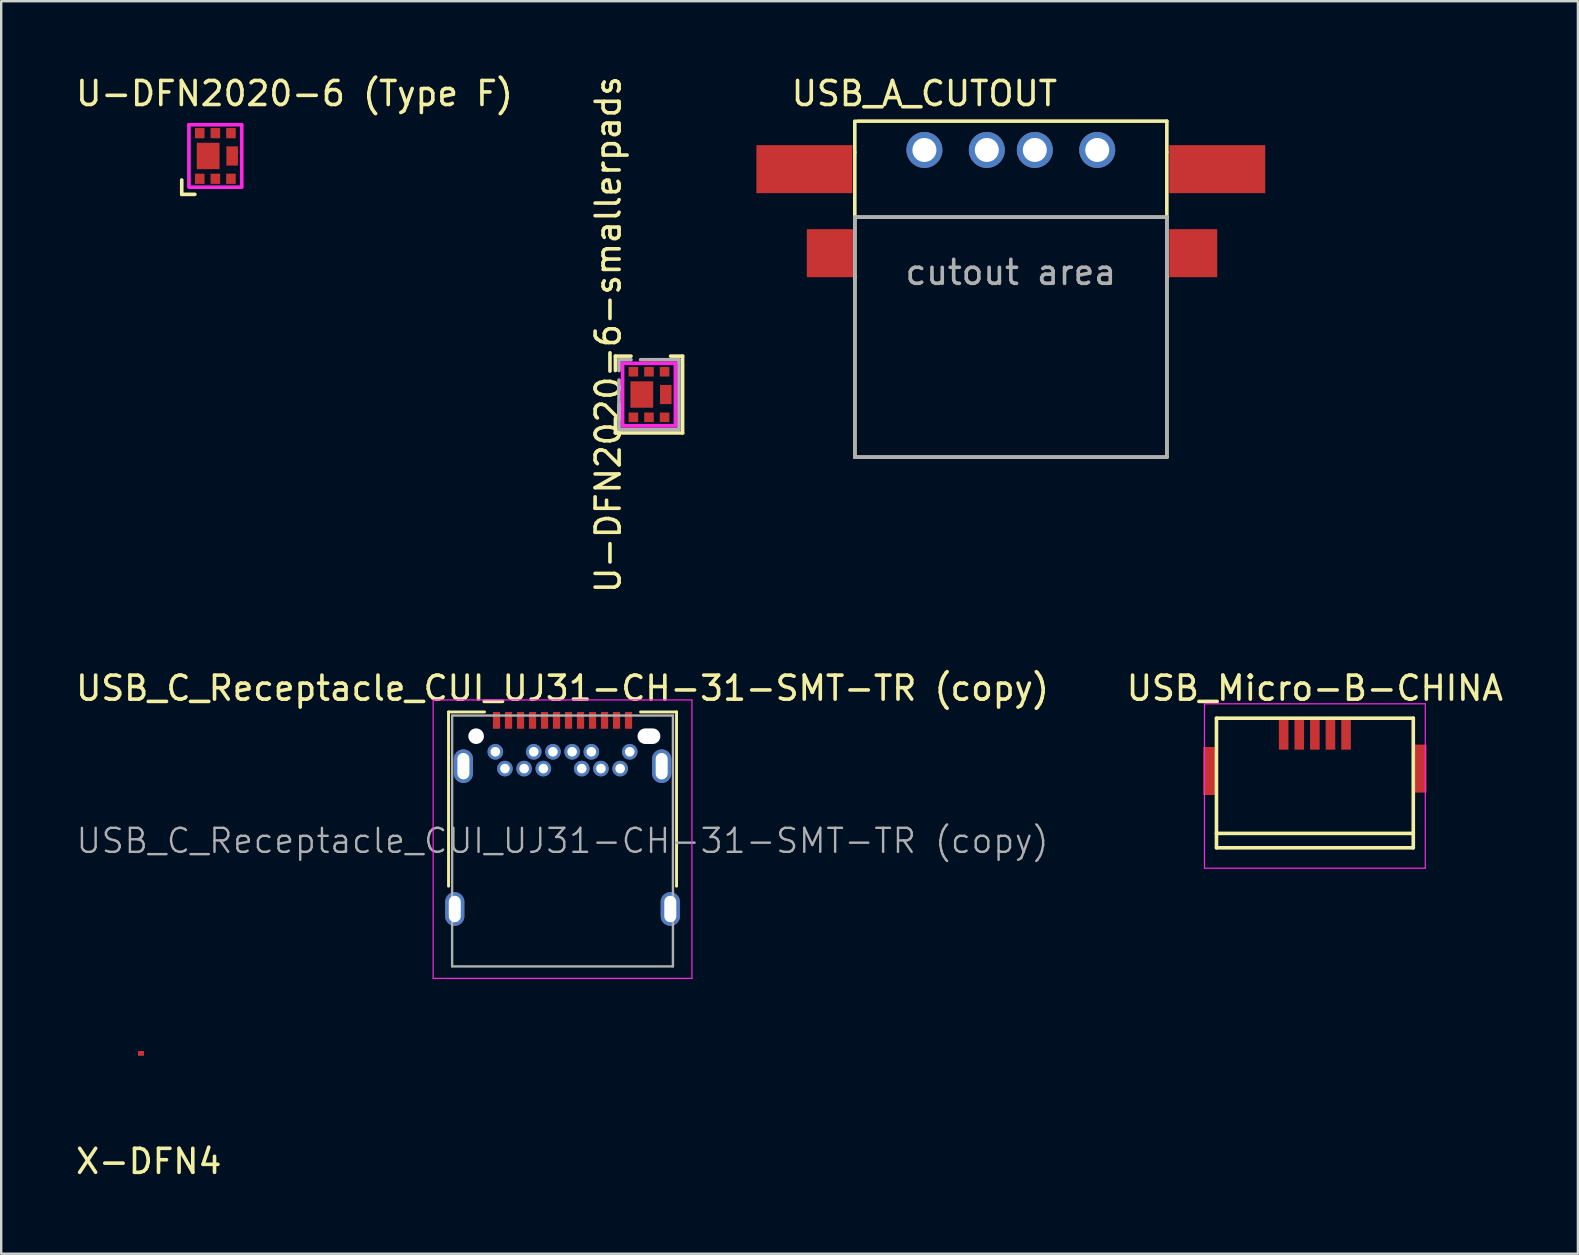
<source format=kicad_pcb>
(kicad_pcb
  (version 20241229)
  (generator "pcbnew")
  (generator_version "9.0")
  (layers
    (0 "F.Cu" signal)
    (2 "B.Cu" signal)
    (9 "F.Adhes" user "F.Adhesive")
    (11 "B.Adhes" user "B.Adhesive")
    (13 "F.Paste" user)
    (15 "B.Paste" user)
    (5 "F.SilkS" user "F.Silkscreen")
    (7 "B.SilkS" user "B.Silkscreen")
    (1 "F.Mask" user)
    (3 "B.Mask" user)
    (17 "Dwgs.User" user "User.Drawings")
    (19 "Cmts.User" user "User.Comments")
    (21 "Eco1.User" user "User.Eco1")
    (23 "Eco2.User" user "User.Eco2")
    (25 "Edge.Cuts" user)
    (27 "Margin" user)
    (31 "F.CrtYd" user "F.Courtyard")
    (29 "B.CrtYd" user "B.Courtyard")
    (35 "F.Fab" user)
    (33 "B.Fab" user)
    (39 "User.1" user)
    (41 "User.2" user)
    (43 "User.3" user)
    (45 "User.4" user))
  (footprint "USB_Micro-B-CHINA"
    (layer "F.Cu")
    (at 51.732 29.072)
    (property "Reference" "USB_Micro-B-CHINA" (at 0 -3.45 0) (layer "F.SilkS") (effects (font (size 1 1) (thickness 0.15))))
    (attr smd)
    (fp_line (start -4.1 3.2) (end -4.1 -2.2) (stroke (width 0.15) (type solid)) (layer "F.SilkS"))
    (fp_line (start -4.1 3.2) (end 4.1 3.2) (stroke (width 0.15) (type solid)) (layer "F.SilkS"))
    (fp_line (start 4.1 -2.2) (end -4.1 -2.2) (stroke (width 0.15) (type solid)) (layer "F.SilkS"))
    (fp_line (start 4.1 -2.2) (end 4.1 3.2) (stroke (width 0.15) (type solid)) (layer "F.SilkS"))
    (fp_line (start 4.1 2.6) (end -4.1 2.6) (stroke (width 0.15) (type solid)) (layer "F.SilkS"))
    (fp_line (start -4.6 -2.8) (end 4.6 -2.8) (stroke (width 0.05) (type solid)) (layer "F.CrtYd"))
    (fp_line (start -4.6 4.05) (end -4.6 -2.8) (stroke (width 0.05) (type solid)) (layer "F.CrtYd"))
    (fp_line (start 4.6 -2.8) (end 4.6 4.05) (stroke (width 0.05) (type solid)) (layer "F.CrtYd"))
    (fp_line (start 4.6 4.05) (end -4.6 4.05) (stroke (width 0.05) (type solid)) (layer "F.CrtYd"))
    (pad "1" smd rect (at -1.301 -1.563 90) (size 1.35 0.4) (layers "F.Cu" "F.Mask" "F.Paste"))
    (pad "2" smd rect (at -0.651 -1.563 90) (size 1.35 0.4) (layers "F.Cu" "F.Mask" "F.Paste"))
    (pad "3" smd rect (at -0.001 -1.563 90) (size 1.35 0.4) (layers "F.Cu" "F.Mask" "F.Paste"))
    (pad "4" smd rect (at 0.649 -1.563 90) (size 1.35 0.4) (layers "F.Cu" "F.Mask" "F.Paste"))
    (pad "5" smd rect (at 1.299 -1.563 90) (size 1.35 0.4) (layers "F.Cu" "F.Mask" "F.Paste"))
    (pad "6" smd rect (at -4.4 0) (size 0.5 2) (layers "F.Cu" "F.Mask" "F.Paste"))
    (pad "6" smd rect (at 4.4 -0.1) (size 0.5 2) (layers "F.Cu" "F.Mask" "F.Paste")))
  (footprint "USB_A_CUTOUT"
    (layer "F.Cu")
    (at 35.464 3.198)
    (property "Reference" "USB_A_CUTOUT" (at 0 -2.35 0) (layer "F.SilkS") (effects (font (size 1 1) (thickness 0.15))))
    (attr through_hole)
    (fp_line (start -2.9 -1.2) (end -2.9 0.1) (stroke (width 0.15) (type solid)) (layer "F.SilkS"))
    (fp_line (start -2.9 0.1) (end -2.9 2.8) (stroke (width 0.15) (type solid)) (layer "F.SilkS"))
    (fp_line (start -2.9 5.3) (end -2.9 2.8) (stroke (width 0.15) (type solid)) (layer "F.SilkS"))
    (fp_line (start -2.9 5.3) (end -2.9 12.8) (stroke (width 0.15) (type solid)) (layer "F.SilkS"))
    (fp_line (start -2.8 2.8) (end 10.1 2.8) (stroke (width 0.15) (type solid)) (layer "F.SilkS"))
    (fp_line (start 10.1 -1.2) (end -2.8 -1.2) (stroke (width 0.15) (type solid)) (layer "F.SilkS"))
    (fp_line (start 10.1 0.1) (end 10.1 -1.2) (stroke (width 0.15) (type solid)) (layer "F.SilkS"))
    (fp_line (start 10.1 0.1) (end 10.1 2.8) (stroke (width 0.15) (type solid)) (layer "F.SilkS"))
    (fp_line (start 10.1 2.8) (end 10.1 5.3) (stroke (width 0.15) (type solid)) (layer "F.SilkS"))
    (fp_line (start 10.1 5.3) (end 10.1 12.8) (stroke (width 0.15) (type solid)) (layer "F.SilkS"))
    (fp_line (start 10.1 12.8) (end -2.9 12.8) (stroke (width 0.15) (type solid)) (layer "F.SilkS"))
    (fp_line (start -2.9 2.8) (end 10.1 2.8) (stroke (width 0.15) (type solid)) (layer "F.Fab"))
    (fp_line (start -2.9 12.8) (end -2.9 2.8) (stroke (width 0.15) (type solid)) (layer "F.Fab"))
    (fp_line (start 10.1 2.8) (end 10.1 12.8) (stroke (width 0.15) (type solid)) (layer "F.Fab"))
    (fp_line (start 10.1 12.8) (end -2.9 12.8) (stroke (width 0.15) (type solid)) (layer "F.Fab"))
    (fp_text user "cutout area" (at 3.6 5.1 0) (layer "F.Fab") (effects (font (size 1 1) (thickness 0.15))))
    (pad "1" thru_hole circle (at 0 0 270) (size 1.5 1.5) (drill 1) (layers "*.Cu" "*.Mask"))
    (pad "2" thru_hole circle (at 2.6 0 270) (size 1.5 1.5) (drill 1) (layers "*.Cu" "*.Mask"))
    (pad "3" thru_hole circle (at 4.6 0 270) (size 1.5 1.5) (drill 1) (layers "*.Cu" "*.Mask"))
    (pad "4" thru_hole circle (at 7.2 0 270) (size 1.5 1.5) (drill 1) (layers "*.Cu" "*.Mask"))
    (pad "5" smd rect (at -5 0.8) (size 4 2) (layers "F.Cu" "F.Mask" "F.Paste"))
    (pad "5" smd rect (at -3.9 4.3) (size 2 2) (layers "F.Cu" "F.Mask" "F.Paste"))
    (pad "5" smd rect (at 11.2 4.3) (size 2 2) (layers "F.Cu" "F.Mask" "F.Paste"))
    (pad "5" smd rect (at 12.2 0.8) (size 4 2) (layers "F.Cu" "F.Mask" "F.Paste")))
  (footprint "X-DFN4"
    (layer "F.Cu")
    (at 3.149 41.337)
    (property "Reference" "X-DFN4" (at 0 4 0) (layer "F.SilkS") (effects (font (size 1 1) (thickness 0.15))))
    (attr through_hole)
    (pad "1" smd custom (at -0.325 -0.5) (size 0.25 0.2) (layers "F.Cu" "F.Mask" "F.Paste") (options (anchor rect)) (primitives)))
  (footprint "U-DFN2020-6-smallerpads"
    (layer "F.Cu")
    (at 23.989 13.387)
    (property "Reference" "U-DFN2020-6-smallerpads" (at -1.7 -2.5 90) (layer "F.SilkS") (effects (font (size 1 1) (thickness 0.15))))
    (attr through_hole)
    (fp_line (start -1.4 -1.6) (end -1.4 -1) (stroke (width 0.15) (type solid)) (layer "F.SilkS"))
    (fp_line (start -1.4 1) (end -1.4 1.6) (stroke (width 0.15) (type solid)) (layer "F.SilkS"))
    (fp_line (start -1.4 1.6) (end 1.4 1.6) (stroke (width 0.15) (type solid)) (layer "F.SilkS"))
    (fp_line (start -0.75 -1.6) (end -1.4 -1.6) (stroke (width 0.15) (type solid)) (layer "F.SilkS"))
    (fp_line (start 1.4 -1.6) (end 0.9 -1.6) (stroke (width 0.15) (type solid)) (layer "F.SilkS"))
    (fp_line (start 1.4 1.6) (end 1.4 -1.6) (stroke (width 0.15) (type solid)) (layer "F.SilkS"))
    (fp_line (start -1.1 -1.3) (end 1.1 -1.3) (stroke (width 0.15) (type solid)) (layer "F.CrtYd"))
    (fp_line (start -1.1 1.25) (end -1.1 -1.3) (stroke (width 0.15) (type solid)) (layer "F.CrtYd"))
    (fp_line (start -1.1 1.3) (end 1.1 1.3) (stroke (width 0.15) (type solid)) (layer "F.CrtYd"))
    (fp_line (start 1.1 -1.3) (end 1.1 1.25) (stroke (width 0.15) (type solid)) (layer "F.CrtYd"))
    (fp_line (start -1.25 -1.45) (end -1.25 -1) (stroke (width 0.15) (type solid)) (layer "F.Fab"))
    (fp_line (start -1.25 -0.6) (end -1.25 1.45) (stroke (width 0.15) (type solid)) (layer "F.Fab"))
    (fp_line (start -1.25 1.45) (end 1.25 1.45) (stroke (width 0.15) (type solid)) (layer "F.Fab"))
    (fp_line (start -0.75 -1.45) (end -1.25 -1.45) (stroke (width 0.15) (type solid)) (layer "F.Fab"))
    (fp_line (start 1.25 -1.45) (end -0.35 -1.45) (stroke (width 0.15) (type solid)) (layer "F.Fab"))
    (fp_line (start 1.25 1.45) (end 1.25 -1.45) (stroke (width 0.15) (type solid)) (layer "F.Fab"))
    (pad "1" smd rect (at -0.65 -0.95) (size 0.4 0.4) (layers "F.Cu" "F.Mask" "F.Paste"))
    (pad "1" smd rect (at -0.65 0.95) (size 0.4 0.4) (layers "F.Cu" "F.Mask" "F.Paste"))
    (pad "1" smd rect (at -0.3 0) (size 0.95 1.1) (layers "F.Cu" "F.Mask" "F.Paste"))
    (pad "1" smd rect (at 0 -0.95) (size 0.4 0.4) (layers "F.Cu" "F.Mask" "F.Paste"))
    (pad "1" smd rect (at 0 0.95) (size 0.4 0.4) (layers "F.Cu" "F.Mask" "F.Paste"))
    (pad "2" smd rect (at 0.65 -0.95) (size 0.4 0.4) (layers "F.Cu" "F.Mask" "F.Paste"))
    (pad "2" smd rect (at 0.7 0) (size 0.48 0.8) (layers "F.Cu" "F.Mask" "F.Paste"))
    (pad "3" smd rect (at 0.65 0.95) (size 0.4 0.4) (layers "F.Cu" "F.Mask" "F.Paste")))
  (footprint "U-DFN2020-6 (Type F)"
    (layer "F.Cu")
    (at 5.97 3.498)
    (property "Reference" "U-DFN2020-6 (Type F)" (at 3.25 -2.65 0) (layer "F.SilkS") (effects (font (size 1 1) (thickness 0.15))))
    (attr through_hole)
    (fp_line (start -1.448 0.95) (end -1.448 1.55) (stroke (width 0.15) (type solid)) (layer "F.SilkS"))
    (fp_line (start -1.448 1.55) (end -0.9 1.55) (stroke (width 0.15) (type solid)) (layer "F.SilkS"))
    (fp_line (start -1.148 -1.35) (end 1.052 -1.35) (stroke (width 0.15) (type solid)) (layer "F.CrtYd"))
    (fp_line (start -1.148 1.2) (end -1.148 -1.35) (stroke (width 0.15) (type solid)) (layer "F.CrtYd"))
    (fp_line (start -1.148 1.25) (end 1.052 1.25) (stroke (width 0.15) (type solid)) (layer "F.CrtYd"))
    (fp_line (start 1.052 -1.35) (end 1.052 1.2) (stroke (width 0.15) (type solid)) (layer "F.CrtYd"))
    (pad "1" smd rect (at -0.698 -1) (size 0.4 0.425) (layers "F.Cu" "F.Mask" "F.Paste"))
    (pad "1" smd rect (at -0.698 0.9) (size 0.4 0.425) (layers "F.Cu" "F.Mask" "F.Paste"))
    (pad "1" smd rect (at -0.348 -0.05) (size 0.95 1.1) (layers "F.Cu" "F.Mask" "F.Paste"))
    (pad "1" smd rect (at -0.048 -1) (size 0.4 0.425) (layers "F.Cu" "F.Mask" "F.Paste"))
    (pad "1" smd rect (at -0.048 0.9) (size 0.4 0.425) (layers "F.Cu" "F.Mask" "F.Paste"))
    (pad "2" smd rect (at 0.602 -1) (size 0.4 0.425) (layers "F.Cu" "F.Mask" "F.Paste"))
    (pad "2" smd rect (at 0.652 -0.05) (size 0.48 0.8) (layers "F.Cu" "F.Mask" "F.Paste"))
    (pad "3" smd rect (at 0.602 0.9) (size 0.4 0.425) (layers "F.Cu" "F.Mask" "F.Paste")))
  (footprint "USB_C_Receptacle_CUI_UJ31-CH-31-SMT-TR (copy)"
    (layer "F.Cu")
    (at 20.387 31.982)
    (property "Reference" "USB_C_Receptacle_CUI_UJ31-CH-31-SMT-TR (copy)" (at 0 -6.36 0) (layer "F.SilkS") (effects (font (size 1 1) (thickness 0.15))))
    (attr smd)
    (fp_line (start -4.75 -5.37) (end -4.75 1.89) (stroke (width 0.12) (type solid)) (layer "F.SilkS"))
    (fp_line (start -4.75 -5.37) (end -3.25 -5.37) (stroke (width 0.12) (type solid)) (layer "F.SilkS"))
    (fp_line (start 3.25 -5.37) (end 4.75 -5.37) (stroke (width 0.12) (type solid)) (layer "F.SilkS"))
    (fp_line (start 4.75 -5.37) (end 4.75 1.89) (stroke (width 0.12) (type solid)) (layer "F.SilkS"))
    (fp_line (start -5.39 -5.87) (end 5.39 -5.87) (stroke (width 0.05) (type solid)) (layer "F.CrtYd"))
    (fp_line (start -5.39 5.73) (end -5.39 -5.87) (stroke (width 0.05) (type solid)) (layer "F.CrtYd"))
    (fp_line (start 5.39 -5.87) (end 5.39 5.73) (stroke (width 0.05) (type solid)) (layer "F.CrtYd"))
    (fp_line (start 5.39 5.73) (end -5.39 5.73) (stroke (width 0.05) (type solid)) (layer "F.CrtYd"))
    (fp_line (start -4.6 -5.22) (end 4.6 -5.22) (stroke (width 0.1) (type solid)) (layer "F.Fab"))
    (fp_line (start -4.6 5.23) (end -4.6 -5.22) (stroke (width 0.1) (type solid)) (layer "F.Fab"))
    (fp_line (start -4.6 5.23) (end 4.6 5.23) (stroke (width 0.1) (type solid)) (layer "F.Fab"))
    (fp_line (start 4.6 5.23) (end 4.6 -5.22) (stroke (width 0.1) (type solid)) (layer "F.Fab"))
    (fp_text user "${REFERENCE}" (at 0 0 0) (layer "F.Fab") (effects (font (size 1 1) (thickness 0.1))))
    (pad "" np_thru_hole circle (at -3.6 -4.36) (size 0.65 0.65) (drill 0.65) (layers "*.Cu" "*.Mask"))
    (pad "" np_thru_hole oval (at 3.6 -4.36) (size 0.95 0.65) (drill oval 0.95 0.65) (layers "*.Cu" "*.Mask"))
    (pad "A1" smd rect (at -2.75 -5.02) (size 0.3 0.7) (layers "F.Cu" "F.Mask" "F.Paste"))
    (pad "A2" smd rect (at -2.25 -5.02) (size 0.3 0.7) (layers "F.Cu" "F.Mask" "F.Paste"))
    (pad "A3" smd rect (at -1.75 -5.02) (size 0.3 0.7) (layers "F.Cu" "F.Mask" "F.Paste"))
    (pad "A4" smd rect (at -1.25 -5.02) (size 0.3 0.7) (layers "F.Cu" "F.Mask" "F.Paste"))
    (pad "A5" smd rect (at -0.75 -5.02) (size 0.3 0.7) (layers "F.Cu" "F.Mask" "F.Paste"))
    (pad "A6" smd rect (at -0.25 -5.02) (size 0.3 0.7) (layers "F.Cu" "F.Mask" "F.Paste"))
    (pad "A7" smd rect (at 0.25 -5.02) (size 0.3 0.7) (layers "F.Cu" "F.Mask" "F.Paste"))
    (pad "A8" smd rect (at 0.75 -5.02) (size 0.3 0.7) (layers "F.Cu" "F.Mask" "F.Paste"))
    (pad "A9" smd rect (at 1.25 -5.02) (size 0.3 0.7) (layers "F.Cu" "F.Mask" "F.Paste"))
    (pad "A10" smd rect (at 1.75 -5.02) (size 0.3 0.7) (layers "F.Cu" "F.Mask" "F.Paste"))
    (pad "A11" smd rect (at 2.25 -5.02) (size 0.3 0.7) (layers "F.Cu" "F.Mask" "F.Paste"))
    (pad "A12" smd rect (at 2.75 -5.02) (size 0.3 0.7) (layers "F.Cu" "F.Mask" "F.Paste"))
    (pad "B1" thru_hole circle (at 2.8 -3.71) (size 0.65 0.65) (drill 0.4) (layers "*.Cu" "*.Mask"))
    (pad "B2" thru_hole circle (at 2.4 -3.01) (size 0.65 0.65) (drill 0.4) (layers "*.Cu" "*.Mask"))
    (pad "B3" thru_hole circle (at 1.6 -3.01) (size 0.65 0.65) (drill 0.4) (layers "*.Cu" "*.Mask"))
    (pad "B4" thru_hole circle (at 1.2 -3.71) (size 0.65 0.65) (drill 0.4) (layers "*.Cu" "*.Mask"))
    (pad "B5" thru_hole circle (at 0.8 -3.01) (size 0.65 0.65) (drill 0.4) (layers "*.Cu" "*.Mask"))
    (pad "B6" thru_hole circle (at 0.4 -3.71) (size 0.65 0.65) (drill 0.4) (layers "*.Cu" "*.Mask"))
    (pad "B7" thru_hole circle (at -0.4 -3.71) (size 0.65 0.65) (drill 0.4) (layers "*.Cu" "*.Mask"))
    (pad "B8" thru_hole circle (at -0.8 -3.01) (size 0.65 0.65) (drill 0.4) (layers "*.Cu" "*.Mask"))
    (pad "B9" thru_hole circle (at -1.2 -3.71) (size 0.65 0.65) (drill 0.4) (layers "*.Cu" "*.Mask"))
    (pad "B10" thru_hole circle (at -1.6 -3.01) (size 0.65 0.65) (drill 0.4) (layers "*.Cu" "*.Mask"))
    (pad "B11" thru_hole circle (at -2.4 -3.01) (size 0.65 0.65) (drill 0.4) (layers "*.Cu" "*.Mask"))
    (pad "B12" thru_hole circle (at -2.8 -3.71) (size 0.65 0.65) (drill 0.4) (layers "*.Cu" "*.Mask"))
    (pad "S1" thru_hole oval (at -4.49 2.84) (size 0.8 1.4) (drill oval 0.5 1.1) (layers "*.Cu" "*.Mask"))
    (pad "S1" thru_hole oval (at -4.13 -3.11) (size 0.8 1.4) (drill oval 0.5 1.1) (layers "*.Cu" "*.Mask"))
    (pad "S1" thru_hole oval (at 4.13 -3.11) (size 0.8 1.4) (drill oval 0.5 1.1) (layers "*.Cu" "*.Mask"))
    (pad "S1" thru_hole oval (at 4.49 2.84) (size 0.8 1.4) (drill oval 0.5 1.1) (layers "*.Cu" "*.Mask")))
  (gr_rect
    (start -3 -3)
    (end 62.69 49.185)
    (stroke (width 0.1) (type default))
    (fill no)
    (layer "Edge.Cuts")))
</source>
